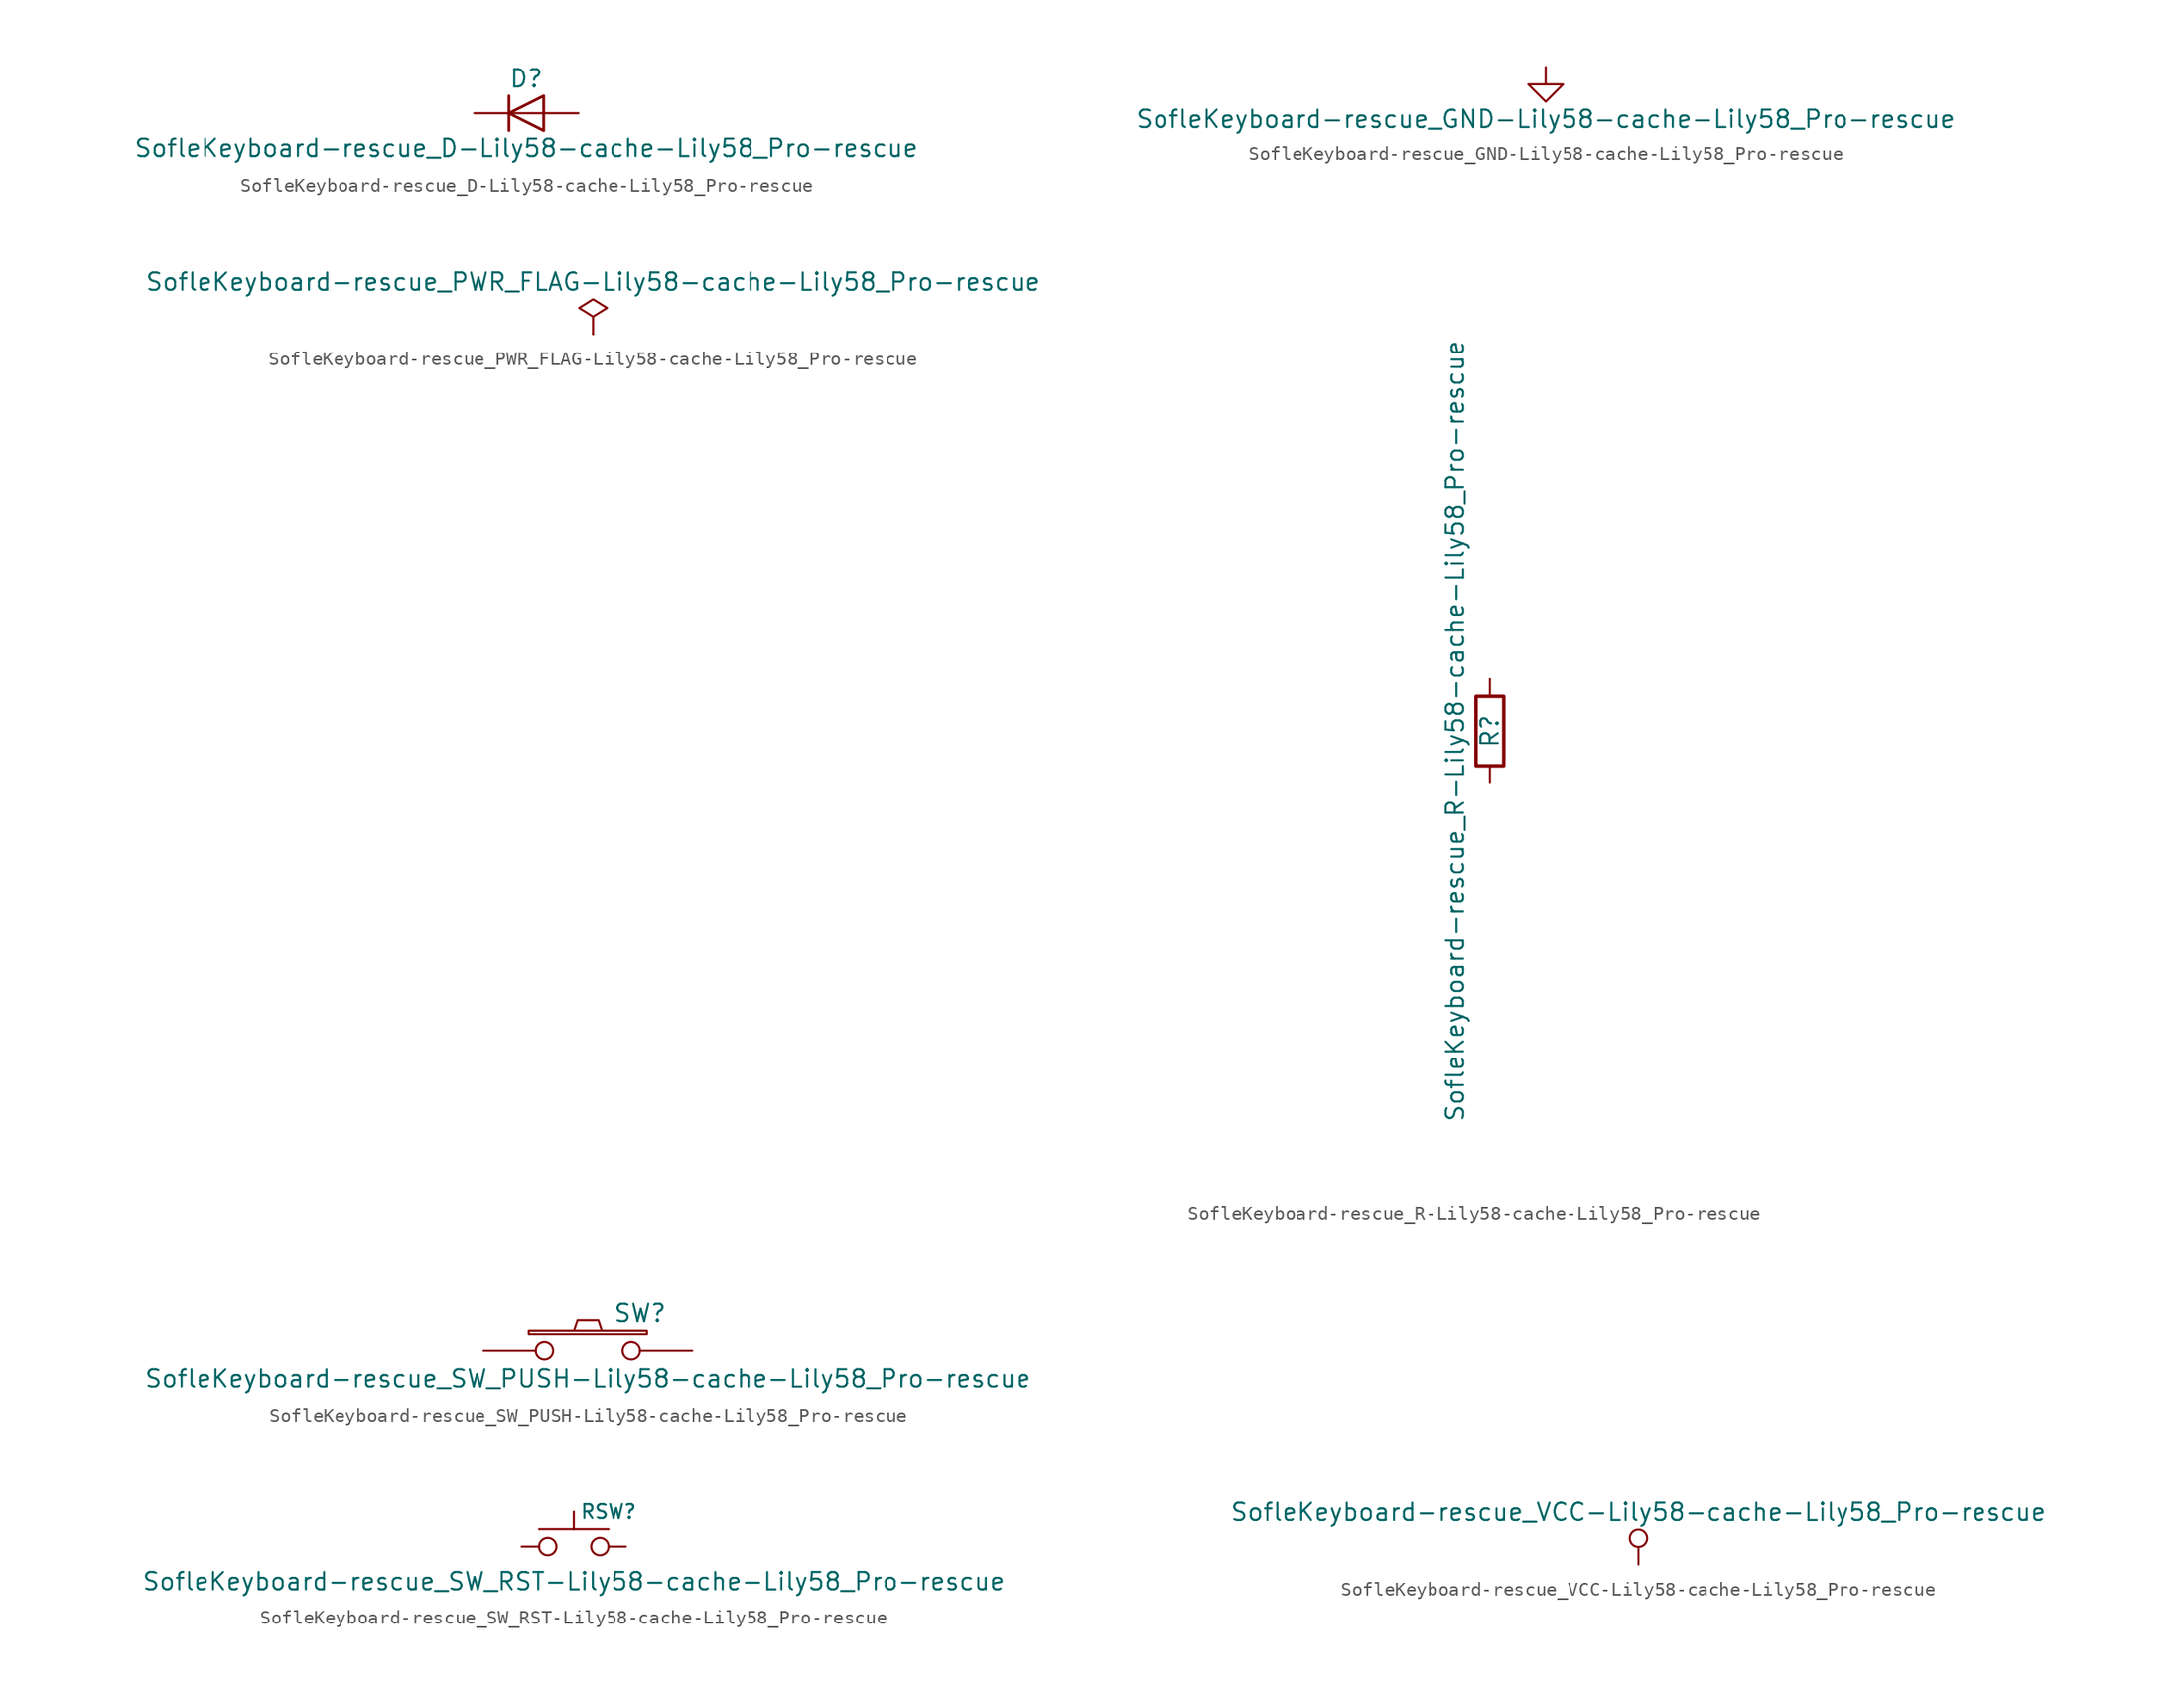
<source format=kicad_sym>
(kicad_symbol_lib
  (version 20211014)
  (generator kicad_symbol_editor)
  (symbol "SofleKeyboard-rescue_D-Lily58-cache-Lily58_Pro-rescue"
    (pin_numbers hide)
    (pin_names
      (offset 1.016) hide)
    (property "Reference" "D"
      (at 0 2.54 0)
      (effects (font (size 1.27 1.27))))
    (property "Value" "SofleKeyboard-rescue_D-Lily58-cache-Lily58_Pro-rescue"
      (at 0 -2.54 0)
      (effects (font (size 1.27 1.27))))
    (symbol "SofleKeyboard-rescue_D-Lily58-cache-Lily58_Pro-rescue_0_1"
      (polyline (pts (xy -1.27 1.27) (xy -1.27 -1.27)) (stroke (width 0.203) (type default) (color 0 0 0 0)) (fill (type none)))
      (polyline (pts (xy 1.27 0) (xy -1.27 0)) (stroke (width 0) (type default) (color 0 0 0 0)) (fill (type none)))
      (polyline (pts (xy 1.27 1.27) (xy 1.27 -1.27) (xy -1.27 0) (xy 1.27 1.27)) (stroke (width 0.203) (type default) (color 0 0 0 0)) (fill (type none))))
    (symbol "SofleKeyboard-rescue_D-Lily58-cache-Lily58_Pro-rescue_1_1"
      (pin passive line (at -3.81 0 0) (length 2.54) (name "K" (effects (font (size 1.27 1.27)))) (number "1" (effects (font (size 1.27 1.27)))))
      (pin passive line (at 3.81 0 180) (length 2.54) (name "A" (effects (font (size 1.27 1.27)))) (number "2" (effects (font (size 1.27 1.27)))))))
  (symbol "SofleKeyboard-rescue_GND-Lily58-cache-Lily58_Pro-rescue"
    (power)
    (pin_names
      (offset 0))
    (property "Reference" "#PWR"
      (at 0 -6.35 0)
      (effects (font (size 1.27 1.27)) hide))
    (property "Value" "SofleKeyboard-rescue_GND-Lily58-cache-Lily58_Pro-rescue"
      (at 0 -3.81 0)
      (effects (font (size 1.27 1.27))))
    (symbol "SofleKeyboard-rescue_GND-Lily58-cache-Lily58_Pro-rescue_1_1"
      (polyline (pts (xy 0 0) (xy 0 -1.27) (xy 1.27 -1.27) (xy 0 -2.54) (xy -1.27 -1.27) (xy 0 -1.27)) (stroke (width 0) (type default) (color 0 0 0 0)) (fill (type none)))
      (pin power_in line (at 0 0 0) (length 0) hide (name "GND" (effects (font (size 1.27 1.27)))) (number "1" (effects (font (size 1.27 1.27)))))))
  (symbol "SofleKeyboard-rescue_PWR_FLAG-Lily58-cache-Lily58_Pro-rescue"
    (power)
    (pin_numbers hide)
    (pin_names
      (offset 0) hide)
    (property "Reference" "#FLG"
      (at 0 0 0)
      (effects (font (size 1.27 1.27)) hide))
    (property "Value" "SofleKeyboard-rescue_PWR_FLAG-Lily58-cache-Lily58_Pro-rescue"
      (at 0 3.81 0)
      (effects (font (size 1.27 1.27))))
    (symbol "SofleKeyboard-rescue_PWR_FLAG-Lily58-cache-Lily58_Pro-rescue_0_0"
      (pin power_out line (at 0 0 90) (length 0) (name "pwr" (effects (font (size 1.27 1.27)))) (number "1" (effects (font (size 1.27 1.27))))))
    (symbol "SofleKeyboard-rescue_PWR_FLAG-Lily58-cache-Lily58_Pro-rescue_0_1"
      (polyline (pts (xy 0 0) (xy 0 1.27) (xy -1.016 1.905) (xy 0 2.54) (xy 1.016 1.905) (xy 0 1.27)) (stroke (width 0) (type default) (color 0 0 0 0)) (fill (type none)))))
  (symbol "SofleKeyboard-rescue_R-Lily58-cache-Lily58_Pro-rescue"
    (pin_numbers hide)
    (pin_names
      (offset 0))
    (property "Reference" "R"
      (at 0 0 90)
      (effects (font (size 1.27 1.27))))
    (property "Value" "SofleKeyboard-rescue_R-Lily58-cache-Lily58_Pro-rescue"
      (at -2.54 0 90)
      (effects (font (size 1.27 1.27))))
    (symbol "SofleKeyboard-rescue_R-Lily58-cache-Lily58_Pro-rescue_0_1"
      (rectangle (start -1.016 -2.54) (end 1.016 2.54) (stroke (width 0.254) (type default) (color 0 0 0 0)) (fill (type none))))
    (symbol "SofleKeyboard-rescue_R-Lily58-cache-Lily58_Pro-rescue_1_1"
      (pin passive line (at 0 3.81 270) (length 1.27) (name "~" (effects (font (size 1.27 1.27)))) (number "1" (effects (font (size 1.27 1.27)))))
      (pin passive line (at 0 -3.81 90) (length 1.27) (name "~" (effects (font (size 1.27 1.27)))) (number "2" (effects (font (size 1.27 1.27)))))))
  (symbol "SofleKeyboard-rescue_SW_PUSH-Lily58-cache-Lily58_Pro-rescue"
    (pin_numbers hide)
    (pin_names
      (offset 1.016) hide)
    (property "Reference" "SW"
      (at 3.81 2.794 0)
      (effects (font (size 1.27 1.27))))
    (property "Value" "SofleKeyboard-rescue_SW_PUSH-Lily58-cache-Lily58_Pro-rescue"
      (at 0 -2.032 0)
      (effects (font (size 1.27 1.27))))
    (property "Footprint" ""
      (at 0 0 0)
      (effects (font (size 1.27 1.27))))
    (property "Datasheet" ""
      (at 0 0 0)
      (effects (font (size 1.27 1.27))))
    (symbol "SofleKeyboard-rescue_SW_PUSH-Lily58-cache-Lily58_Pro-rescue_0_1"
      (rectangle (start -4.318 1.27) (end 4.318 1.524) (stroke (width 0) (type default) (color 0 0 0 0)) (fill (type none)))
      (polyline (pts (xy -1.016 1.524) (xy -0.762 2.286) (xy 0.762 2.286) (xy 1.016 1.524)) (stroke (width 0) (type default) (color 0 0 0 0)) (fill (type none)))
      (pin passive inverted (at -7.62 0 0) (length 5.08) (name "1" (effects (font (size 1.27 1.27)))) (number "1" (effects (font (size 1.27 1.27)))))
      (pin passive inverted (at 7.62 0 180) (length 5.08) (name "2" (effects (font (size 1.27 1.27)))) (number "2" (effects (font (size 1.27 1.27)))))))
  (symbol "SofleKeyboard-rescue_SW_RST-Lily58-cache-Lily58_Pro-rescue"
    (pin_numbers hide)
    (pin_names
      (offset 1.016) hide)
    (property "Reference" "RSW"
      (at 2.54 2.54 0)
      (effects (font (size 1.016 1.016))))
    (property "Value" "SofleKeyboard-rescue_SW_RST-Lily58-cache-Lily58_Pro-rescue"
      (at 0 -2.54 0)
      (effects (font (size 1.27 1.27))))
    (symbol "SofleKeyboard-rescue_SW_RST-Lily58-cache-Lily58_Pro-rescue_0_1"
      (polyline (pts (xy -2.54 1.27) (xy 2.54 1.27)) (stroke (width 0) (type default) (color 0 0 0 0)) (fill (type none)))
      (polyline (pts (xy 0 2.54) (xy 0 1.27)) (stroke (width 0) (type default) (color 0 0 0 0)) (fill (type none)))
      (pin passive inverted (at -3.81 0 0) (length 2.54) (name "1" (effects (font (size 1.27 1.27)))) (number "1" (effects (font (size 1.27 1.27)))))
      (pin passive inverted (at 3.81 0 180) (length 2.54) (name "2" (effects (font (size 1.27 1.27)))) (number "2" (effects (font (size 1.27 1.27)))))))
  (symbol "SofleKeyboard-rescue_VCC-Lily58-cache-Lily58_Pro-rescue"
    (power)
    (pin_names
      (offset 0))
    (property "Reference" "#PWR"
      (at 0 -3.81 0)
      (effects (font (size 1.27 1.27)) hide))
    (property "Value" "SofleKeyboard-rescue_VCC-Lily58-cache-Lily58_Pro-rescue"
      (at 0 3.81 0)
      (effects (font (size 1.27 1.27))))
    (symbol "SofleKeyboard-rescue_VCC-Lily58-cache-Lily58_Pro-rescue_0_1"
      (polyline (pts (xy 0 0) (xy 0 1.27)) (stroke (width 0) (type default) (color 0 0 0 0)) (fill (type none)))
      (circle (center 0 1.905) (radius 0.635) (stroke (width 0) (type default) (color 0 0 0 0)) (fill (type none))))
    (symbol "SofleKeyboard-rescue_VCC-Lily58-cache-Lily58_Pro-rescue_1_1"
      (pin power_in line (at 0 0 90) (length 0) hide (name "VCC" (effects (font (size 1.27 1.27)))) (number "1" (effects (font (size 1.27 1.27))))))))
</source>
